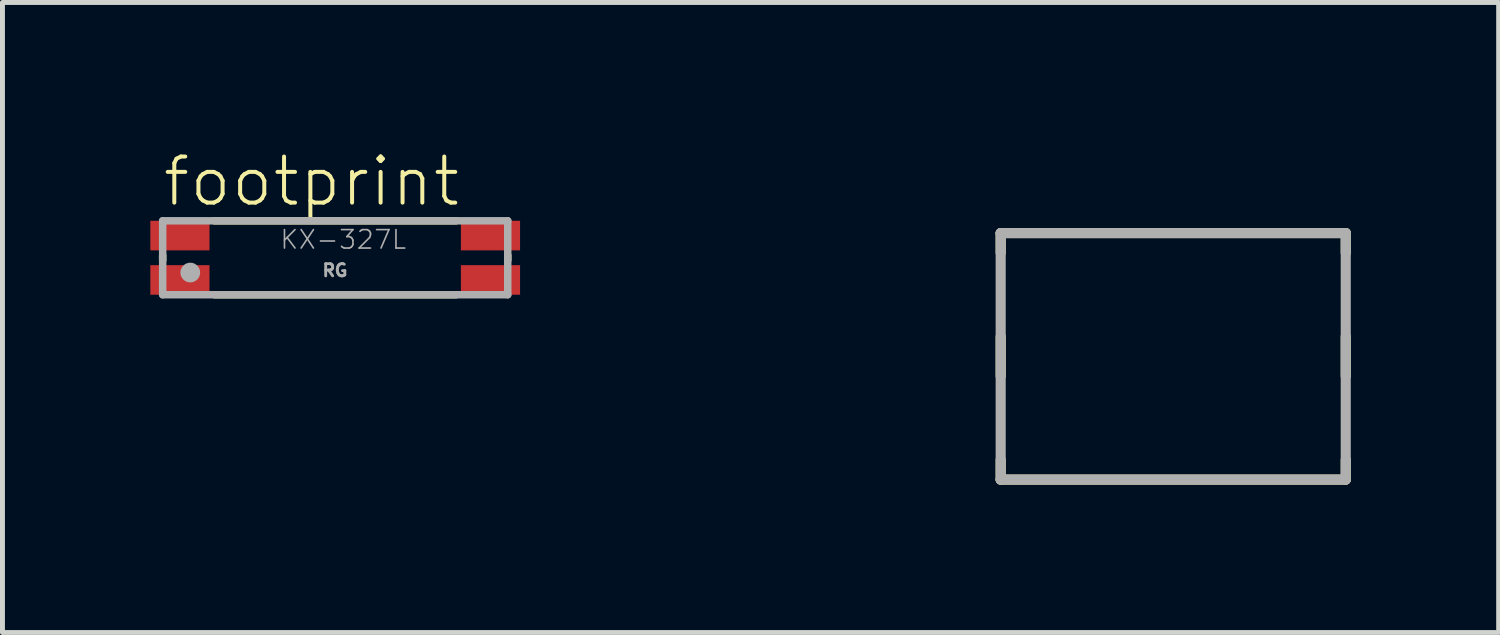
<source format=kicad_pcb>
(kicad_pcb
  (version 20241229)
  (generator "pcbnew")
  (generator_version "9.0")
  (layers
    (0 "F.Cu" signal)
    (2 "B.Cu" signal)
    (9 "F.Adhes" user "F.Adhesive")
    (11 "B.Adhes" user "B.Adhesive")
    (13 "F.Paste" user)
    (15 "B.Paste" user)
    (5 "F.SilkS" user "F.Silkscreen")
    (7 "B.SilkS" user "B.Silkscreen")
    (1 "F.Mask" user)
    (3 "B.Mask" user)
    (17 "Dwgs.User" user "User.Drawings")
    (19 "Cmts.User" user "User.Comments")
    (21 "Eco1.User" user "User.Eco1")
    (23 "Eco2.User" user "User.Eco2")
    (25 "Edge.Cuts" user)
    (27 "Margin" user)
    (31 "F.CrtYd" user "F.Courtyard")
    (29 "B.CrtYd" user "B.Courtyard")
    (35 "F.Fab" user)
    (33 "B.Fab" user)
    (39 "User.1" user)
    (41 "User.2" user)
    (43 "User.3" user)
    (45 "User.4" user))
  (footprint "footprint"
    (layer "F.Cu")
    (at 3.75 2.179)
    (property "Reference" "footprint" (at -3.54 -1 0) (layer "F.SilkS") (effects (font (size 0.935 0.935) (thickness 0.081)) (justify left bottom)))
    (fp_line (start -3.5 -0.05) (end -3.5 0.05) (stroke (width 0.152) (type solid)) (layer "F.SilkS"))
    (fp_line (start -2.45 -0.75) (end 2.45 -0.75) (stroke (width 0.152) (type solid)) (layer "F.SilkS"))
    (fp_line (start -2.45 0.75) (end 2.45 0.75) (stroke (width 0.152) (type solid)) (layer "F.SilkS"))
    (fp_line (start 3.5 -0.05) (end 3.5 0.05) (stroke (width 0.152) (type solid)) (layer "F.SilkS"))
    (fp_line (start 13.5 -0.5) (end 20.5 -0.5) (stroke (width 0.205) (type solid)) (layer "F.SilkS"))
    (fp_line (start 13.5 -0.1) (end 13.5 -0.5) (stroke (width 0.205) (type solid)) (layer "F.SilkS"))
    (fp_line (start 13.5 2.4) (end 13.5 1.6) (stroke (width 0.205) (type solid)) (layer "F.SilkS"))
    (fp_line (start 13.5 4.1) (end 13.5 4.5) (stroke (width 0.205) (type solid)) (layer "F.SilkS"))
    (fp_line (start 13.5 4.5) (end 20.5 4.5) (stroke (width 0.205) (type solid)) (layer "F.SilkS"))
    (fp_line (start 20.5 -0.5) (end 20.5 -0.1) (stroke (width 0.205) (type solid)) (layer "F.SilkS"))
    (fp_line (start 20.5 2.4) (end 20.5 1.6) (stroke (width 0.205) (type solid)) (layer "F.SilkS"))
    (fp_line (start 20.5 4.5) (end 20.5 4.1) (stroke (width 0.205) (type solid)) (layer "F.SilkS"))
    (fp_line (start -3.5 -0.75) (end -3.5 0.75) (stroke (width 0.152) (type solid)) (layer "F.Fab"))
    (fp_line (start -3.5 0.75) (end 3.5 0.75) (stroke (width 0.152) (type solid)) (layer "F.Fab"))
    (fp_line (start 3.5 -0.75) (end -3.5 -0.75) (stroke (width 0.152) (type solid)) (layer "F.Fab"))
    (fp_line (start 3.5 0.75) (end 3.5 -0.75) (stroke (width 0.152) (type solid)) (layer "F.Fab"))
    (fp_line (start 13.5 -0.5) (end 13.5 4.5) (stroke (width 0.205) (type solid)) (layer "F.Fab"))
    (fp_line (start 13.5 4.5) (end 20.5 4.5) (stroke (width 0.205) (type solid)) (layer "F.Fab"))
    (fp_line (start 20.5 -0.5) (end 13.5 -0.5) (stroke (width 0.205) (type solid)) (layer "F.Fab"))
    (fp_line (start 20.5 4.5) (end 20.5 -0.5) (stroke (width 0.205) (type solid)) (layer "F.Fab"))
    (fp_circle (center -2.94 0.3) (end -2.84 0.3) (stroke (width 0.2) (type solid)) (fill no) (layer "F.Fab"))
    (fp_text user "KX-327L" (at -1.14 -0.15 0) (layer "F.Fab") (effects (font (size 0.374 0.374) (thickness 0.033)) (justify left bottom)))
    (fp_text user "RG" (at -0.29 0.4 0) (layer "F.Fab") (effects (font (size 0.247 0.247) (thickness 0.058)) (justify left bottom)))
    (pad "1" smd rect (at -3.15 0.45) (size 1.2 0.6) (layers "F.Cu" "F.Mask" "F.Paste"))
    (pad "2" smd rect (at 3.15 0.45) (size 1.2 0.6) (layers "F.Cu" "F.Mask" "F.Paste"))
    (pad "3" smd rect (at 3.15 -0.45) (size 1.2 0.6) (layers "F.Cu" "F.Mask" "F.Paste"))
    (pad "4" smd rect (at -3.15 -0.45) (size 1.2 0.6) (layers "F.Cu" "F.Mask" "F.Paste")))
  (gr_rect
    (start -3 -3)
    (end 27.352 9.781)
    (stroke (width 0.1) (type default))
    (fill no)
    (layer "Edge.Cuts")))
</source>
